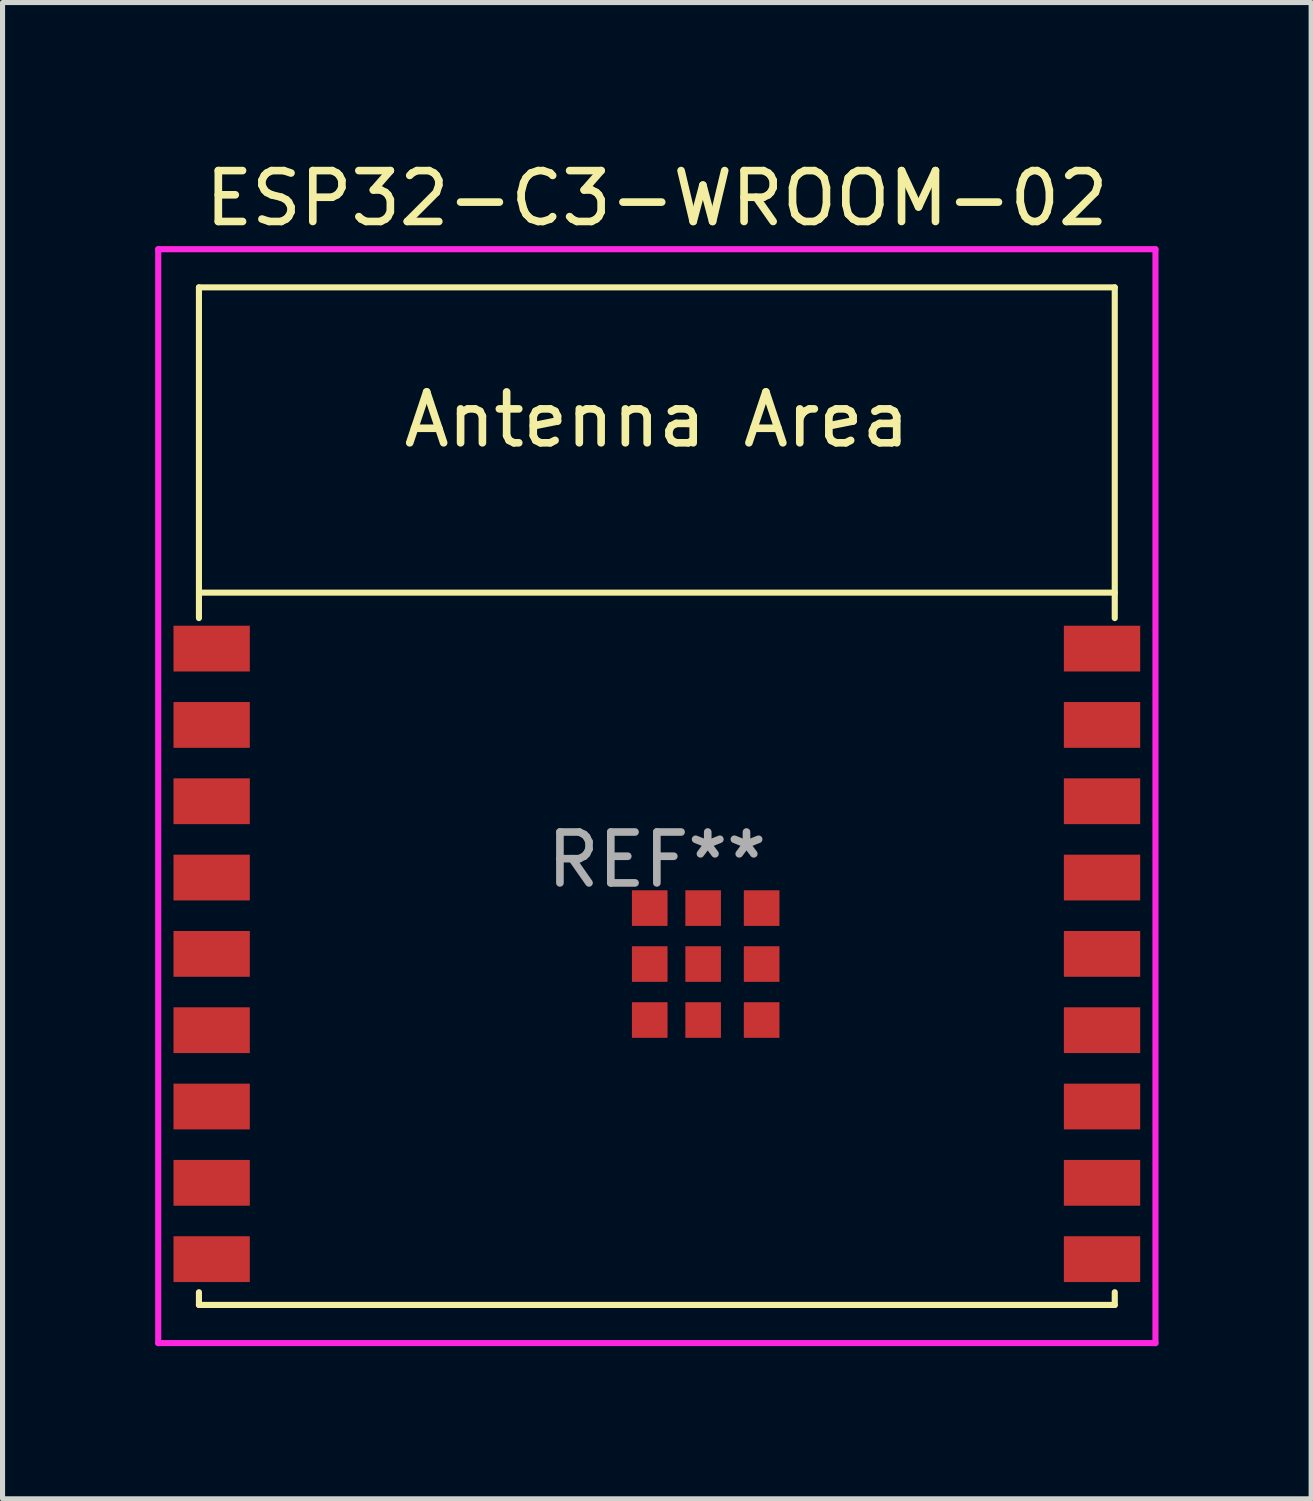
<source format=kicad_pcb>
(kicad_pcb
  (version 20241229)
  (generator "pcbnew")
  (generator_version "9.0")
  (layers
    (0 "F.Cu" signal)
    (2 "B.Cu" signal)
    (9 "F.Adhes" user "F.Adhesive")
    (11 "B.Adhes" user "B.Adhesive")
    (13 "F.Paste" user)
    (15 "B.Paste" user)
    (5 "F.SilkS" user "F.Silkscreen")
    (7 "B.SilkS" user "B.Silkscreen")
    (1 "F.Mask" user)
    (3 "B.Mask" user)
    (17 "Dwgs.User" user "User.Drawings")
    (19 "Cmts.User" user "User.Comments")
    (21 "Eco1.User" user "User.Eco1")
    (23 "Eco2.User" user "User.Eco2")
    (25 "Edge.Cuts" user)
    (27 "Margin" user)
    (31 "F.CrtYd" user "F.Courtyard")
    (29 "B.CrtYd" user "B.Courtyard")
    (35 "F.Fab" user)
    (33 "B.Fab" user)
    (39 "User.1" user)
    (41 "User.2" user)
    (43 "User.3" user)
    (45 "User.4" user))
  (footprint "ESP32-C3-WROOM-02"
    (layer "F.Cu")
    (at 9.86 13.848)
    (property "Reference" "ESP32-C3-WROOM-02" (at 0 -13 0) (layer "F.SilkS") (effects (font (size 1 1) (thickness 0.15))))
    (attr smd)
    (fp_line (start -9 -11.25) (end -9 -4.75) (stroke (width 0.12) (type solid)) (layer "F.SilkS"))
    (fp_line (start -9 -11.25) (end 9 -11.25) (stroke (width 0.12) (type solid)) (layer "F.SilkS"))
    (fp_line (start -9 8.75) (end -9 8.5) (stroke (width 0.12) (type solid)) (layer "F.SilkS"))
    (fp_line (start 9 -11.25) (end 9 -4.75) (stroke (width 0.12) (type solid)) (layer "F.SilkS"))
    (fp_line (start 9 -5.25) (end -8.95 -5.25) (stroke (width 0.12) (type solid)) (layer "F.SilkS"))
    (fp_line (start 9 8.5) (end 9 8.75) (stroke (width 0.12) (type solid)) (layer "F.SilkS"))
    (fp_line (start 9 8.75) (end -9 8.75) (stroke (width 0.12) (type solid)) (layer "F.SilkS"))
    (fp_line (start -9 -11.25) (end 9 -11.25) (stroke (width 0.12) (type solid)) (layer "Eco2.User"))
    (fp_line (start -9 -5.25) (end 9 -5.25) (stroke (width 0.12) (type solid)) (layer "Eco2.User"))
    (fp_line (start -9 8.75) (end -9 -11.25) (stroke (width 0.12) (type solid)) (layer "Eco2.User"))
    (fp_line (start 9 -11.25) (end 9 8.75) (stroke (width 0.12) (type solid)) (layer "Eco2.User"))
    (fp_line (start 9 8.75) (end -9 8.75) (stroke (width 0.12) (type solid)) (layer "Eco2.User"))
    (fp_line (start -9.8 -12) (end -9.8 9.5) (stroke (width 0.12) (type solid)) (layer "F.CrtYd"))
    (fp_line (start 9.8 -12) (end -9.8 -12) (stroke (width 0.12) (type solid)) (layer "F.CrtYd"))
    (fp_line (start 9.8 9.5) (end -9.8 9.5) (stroke (width 0.12) (type solid)) (layer "F.CrtYd"))
    (fp_line (start 9.8 9.5) (end 9.8 -12) (stroke (width 0.12) (type solid)) (layer "F.CrtYd"))
    (fp_text user "Antenna Area" (at 0 -8.65 0) (layer "F.SilkS") (effects (font (size 1 1) (thickness 0.15))))
    (fp_text user "Antenna Area" (at 0 -8.65 0) (layer "Eco2.User") (effects (font (size 1 1) (thickness 0.15))))
    (fp_text user "REF**" (at 0 0 0) (layer "F.Fab") (effects (font (size 1 1) (thickness 0.15))))
    (pad "1" smd rect (at -8.75 -4.15) (size 1.5 0.9) (layers "F.Cu" "F.Mask" "F.Paste"))
    (pad "2" smd rect (at -8.75 -2.65) (size 1.5 0.9) (layers "F.Cu" "F.Mask" "F.Paste"))
    (pad "3" smd rect (at -8.75 -1.15) (size 1.5 0.9) (layers "F.Cu" "F.Mask" "F.Paste"))
    (pad "4" smd rect (at -8.75 0.35) (size 1.5 0.9) (layers "F.Cu" "F.Mask" "F.Paste"))
    (pad "5" smd rect (at -8.75 1.85) (size 1.5 0.9) (layers "F.Cu" "F.Mask" "F.Paste"))
    (pad "6" smd rect (at -8.75 3.35) (size 1.5 0.9) (layers "F.Cu" "F.Mask" "F.Paste"))
    (pad "7" smd rect (at -8.75 4.85) (size 1.5 0.9) (layers "F.Cu" "F.Mask" "F.Paste"))
    (pad "8" smd rect (at -8.75 6.35) (size 1.5 0.9) (layers "F.Cu" "F.Mask" "F.Paste"))
    (pad "9" smd rect (at -8.75 7.85) (size 1.5 0.9) (layers "F.Cu" "F.Mask" "F.Paste"))
    (pad "10" smd rect (at 8.75 7.85 180) (size 1.5 0.9) (layers "F.Cu" "F.Mask" "F.Paste"))
    (pad "11" smd rect (at 8.75 6.35 180) (size 1.5 0.9) (layers "F.Cu" "F.Mask" "F.Paste"))
    (pad "12" smd rect (at 8.75 4.85 180) (size 1.5 0.9) (layers "F.Cu" "F.Mask" "F.Paste"))
    (pad "13" smd rect (at 8.75 3.35 180) (size 1.5 0.9) (layers "F.Cu" "F.Mask" "F.Paste"))
    (pad "14" smd rect (at 8.75 1.85 180) (size 1.5 0.9) (layers "F.Cu" "F.Mask" "F.Paste"))
    (pad "15" smd rect (at 8.75 0.35 180) (size 1.5 0.9) (layers "F.Cu" "F.Mask" "F.Paste"))
    (pad "16" smd rect (at 8.75 -1.15 180) (size 1.5 0.9) (layers "F.Cu" "F.Mask" "F.Paste"))
    (pad "17" smd rect (at 8.75 -2.65 180) (size 1.5 0.9) (layers "F.Cu" "F.Mask" "F.Paste"))
    (pad "18" smd rect (at 8.75 -4.15 180) (size 1.5 0.9) (layers "F.Cu" "F.Mask" "F.Paste"))
    (pad "19" smd rect (at -0.14 0.95 180) (size 0.7 0.7) (layers "F.Cu" "F.Mask" "F.Paste"))
    (pad "19" smd rect (at -0.14 2.05 180) (size 0.7 0.7) (layers "F.Cu" "F.Mask" "F.Paste"))
    (pad "19" smd rect (at -0.14 3.15 180) (size 0.7 0.7) (layers "F.Cu" "F.Mask" "F.Paste"))
    (pad "19" smd rect (at 0.91 0.95 180) (size 0.7 0.7) (layers "F.Cu" "F.Mask" "F.Paste"))
    (pad "19" smd rect (at 0.91 2.05 180) (size 0.7 0.7) (layers "F.Cu" "F.Mask" "F.Paste"))
    (pad "19" smd rect (at 0.91 3.15 180) (size 0.7 0.7) (layers "F.Cu" "F.Mask" "F.Paste"))
    (pad "19" smd rect (at 2.06 0.95 180) (size 0.7 0.7) (layers "F.Cu" "F.Mask" "F.Paste"))
    (pad "19" smd rect (at 2.06 2.05 180) (size 0.7 0.7) (layers "F.Cu" "F.Mask" "F.Paste"))
    (pad "19" smd rect (at 2.06 3.15 180) (size 0.7 0.7) (layers "F.Cu" "F.Mask" "F.Paste")))
  (gr_rect
    (start -3 -3)
    (end 22.72 26.408)
    (stroke (width 0.1) (type default))
    (fill no)
    (layer "Edge.Cuts")))
</source>
